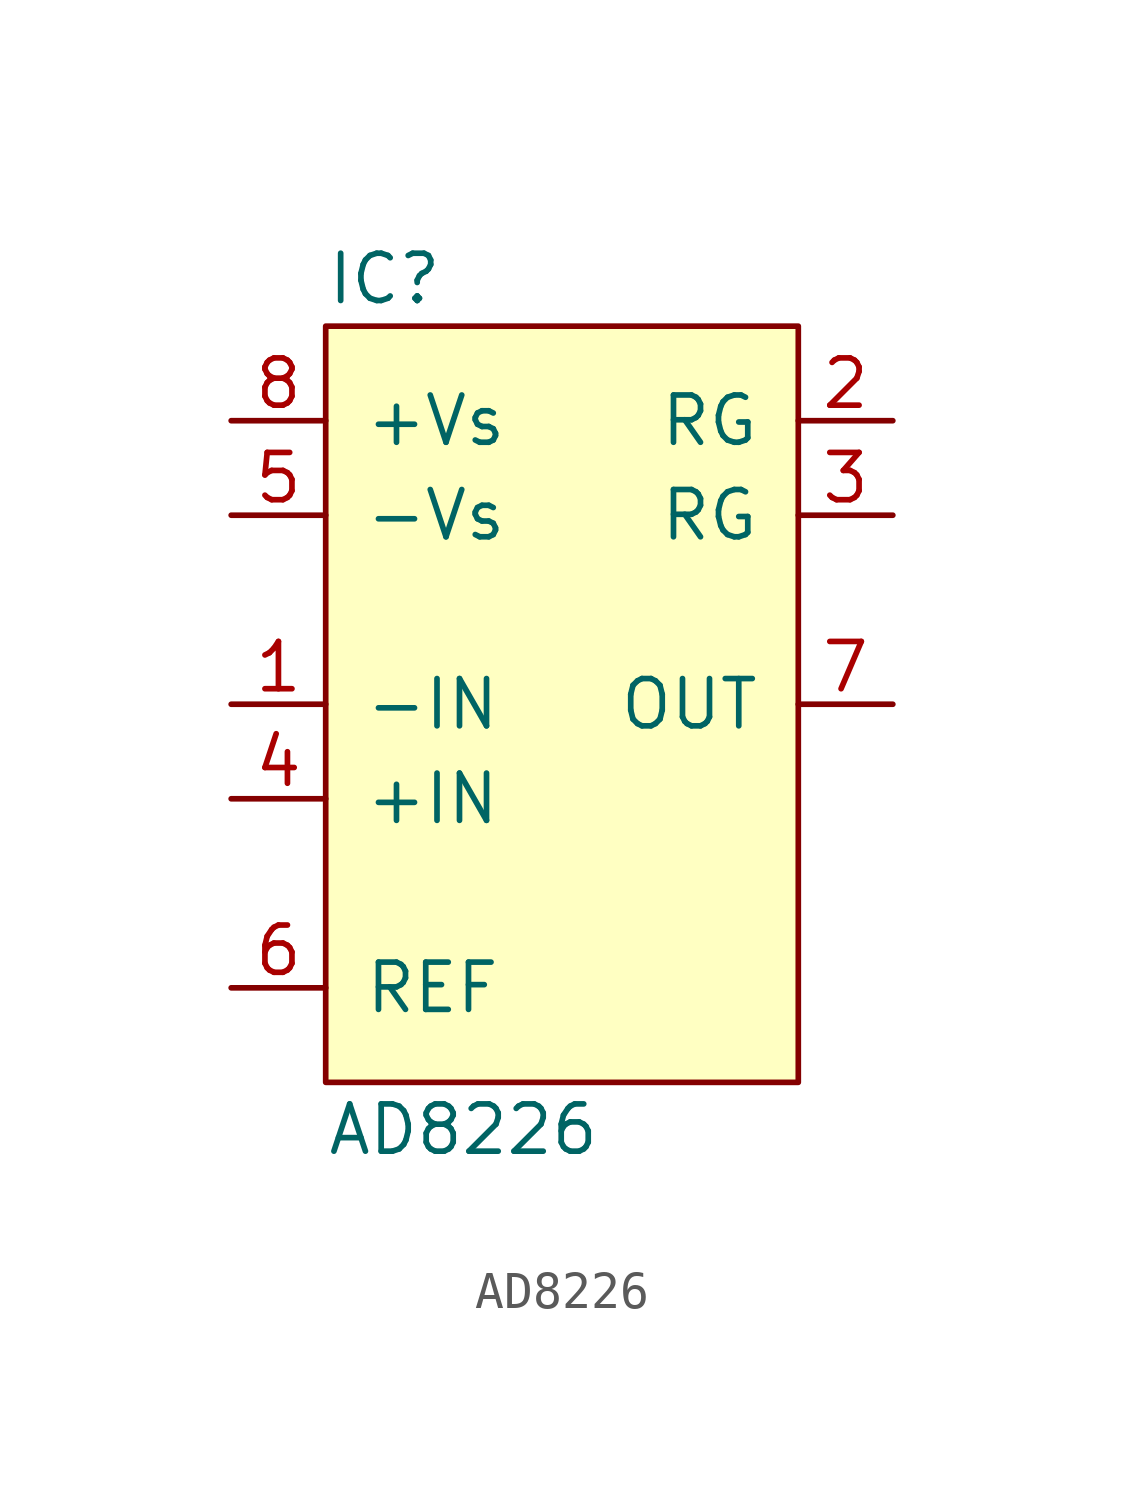
<source format=kicad_sym>
(kicad_symbol_lib
  (version 20211014)
  (generator kicad_symbol_editor)
  (symbol "AD8226"
    (pin_names
      (offset 1.016))
    (property "Reference" "IC"
      (at -5.08 11.43 0)
      (effects (font (size 1.27 1.27)) (justify left)))
    (property "Value" "AD8226"
      (at -5.08 -11.43 0)
      (effects (font (size 1.27 1.27)) (justify left)))
    (symbol "AD8226_0_1"
      (rectangle (start -5.08 10.16) (end 7.62 -10.16) (stroke (width 0) (type default) (color 0 0 0 0)) (fill (type background))))
    (symbol "AD8226_1_1"
      (pin input line (at -7.62 0 0) (length 2.54) (name "-IN" (effects (font (size 1.27 1.27)))) (number "1" (effects (font (size 1.27 1.27)))))
      (pin passive line (at 10.16 7.62 180) (length 2.54) (name "RG" (effects (font (size 1.27 1.27)))) (number "2" (effects (font (size 1.27 1.27)))))
      (pin passive line (at 10.16 5.08 180) (length 2.54) (name "RG" (effects (font (size 1.27 1.27)))) (number "3" (effects (font (size 1.27 1.27)))))
      (pin input line (at -7.62 -2.54 0) (length 2.54) (name "+IN" (effects (font (size 1.27 1.27)))) (number "4" (effects (font (size 1.27 1.27)))))
      (pin power_in line (at -7.62 5.08 0) (length 2.54) (name "-Vs" (effects (font (size 1.27 1.27)))) (number "5" (effects (font (size 1.27 1.27)))))
      (pin input line (at -7.62 -7.62 0) (length 2.54) (name "REF" (effects (font (size 1.27 1.27)))) (number "6" (effects (font (size 1.27 1.27)))))
      (pin output line (at 10.16 0 180) (length 2.54) (name "OUT" (effects (font (size 1.27 1.27)))) (number "7" (effects (font (size 1.27 1.27)))))
      (pin power_in line (at -7.62 7.62 0) (length 2.54) (name "+Vs" (effects (font (size 1.27 1.27)))) (number "8" (effects (font (size 1.27 1.27))))))))
</source>
